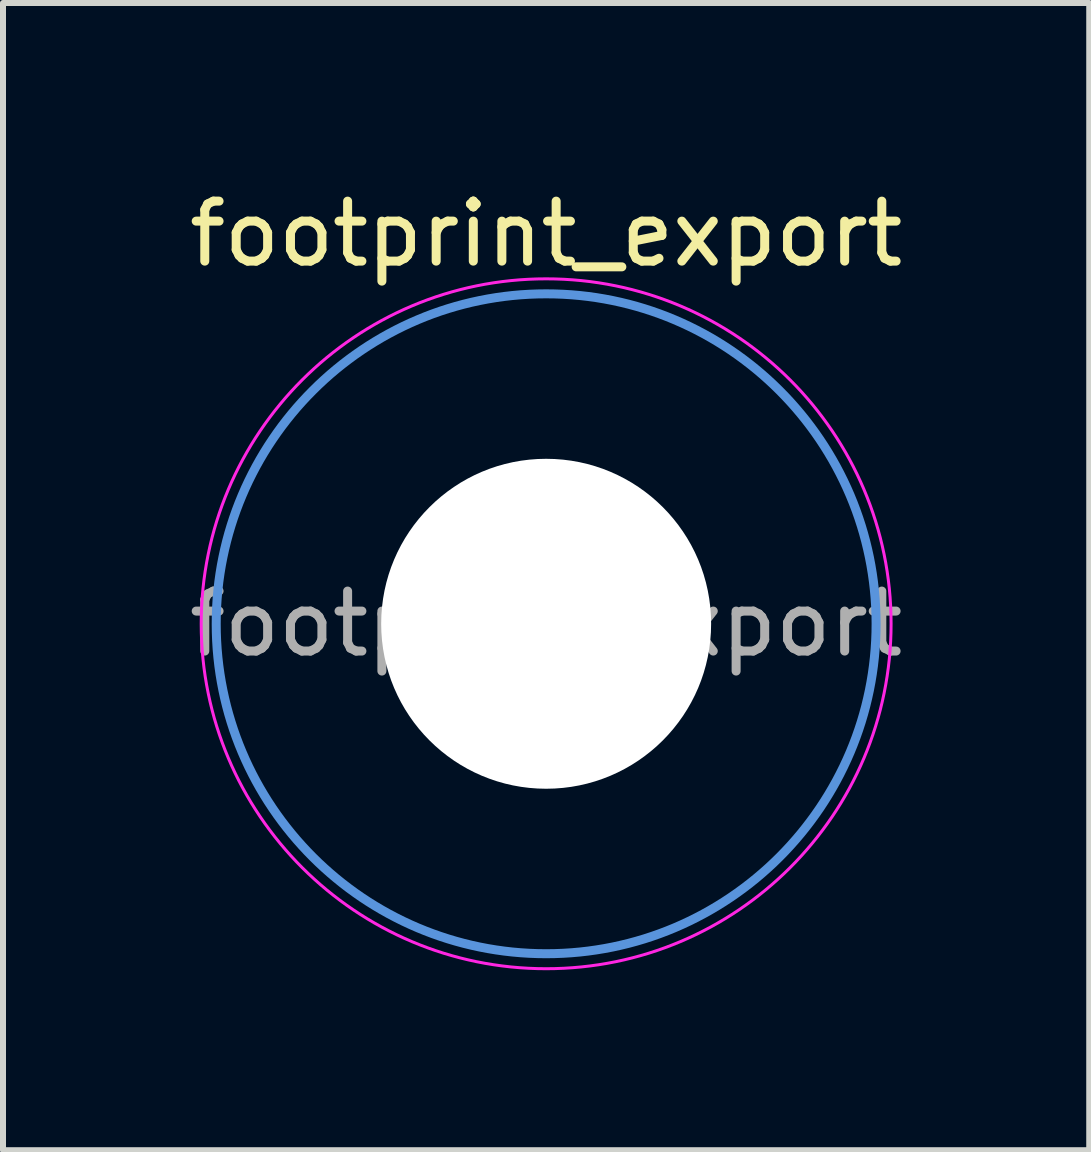
<source format=kicad_pcb>
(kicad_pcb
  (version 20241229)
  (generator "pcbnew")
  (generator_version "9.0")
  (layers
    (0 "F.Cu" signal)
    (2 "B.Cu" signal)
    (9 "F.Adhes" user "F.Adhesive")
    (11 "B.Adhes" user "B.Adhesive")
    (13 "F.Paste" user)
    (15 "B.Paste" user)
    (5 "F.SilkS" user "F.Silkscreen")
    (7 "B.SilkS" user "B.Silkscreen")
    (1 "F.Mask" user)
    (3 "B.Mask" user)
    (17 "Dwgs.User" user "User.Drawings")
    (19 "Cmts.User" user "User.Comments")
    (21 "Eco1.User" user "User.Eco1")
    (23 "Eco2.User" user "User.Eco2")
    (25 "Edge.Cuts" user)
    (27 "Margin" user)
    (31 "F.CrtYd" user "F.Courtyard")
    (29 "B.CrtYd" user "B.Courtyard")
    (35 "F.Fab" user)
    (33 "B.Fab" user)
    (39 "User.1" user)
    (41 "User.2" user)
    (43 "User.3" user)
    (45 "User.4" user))
  (footprint "footprint_export"
    (layer "F.Cu")
    (at 6.054 7.348)
    (property "Reference" "footprint_export" (at 0 -6.5 0) (layer "F.SilkS") (effects (font (size 1 1) (thickness 0.15))))
    (attr exclude_from_pos_files exclude_from_bom)
    (fp_circle (center 0 0) (end 5.5 0) (stroke (width 0.15) (type solid)) (fill no) (layer "Cmts.User"))
    (fp_circle (center 0 0) (end 5.75 0) (stroke (width 0.05) (type solid)) (fill no) (layer "F.CrtYd"))
    (fp_text user "${REFERENCE}" (at 0 0 0) (layer "F.Fab") (effects (font (size 1 1) (thickness 0.15))))
    (pad "" np_thru_hole circle (at 0 0) (size 5.5 5.5) (drill 5.5) (layers "*.Cu" "*.Mask")))
  (gr_rect
    (start -3 -3)
    (end 15.107 16.123)
    (stroke (width 0.1) (type default))
    (fill no)
    (layer "Edge.Cuts")))
</source>
